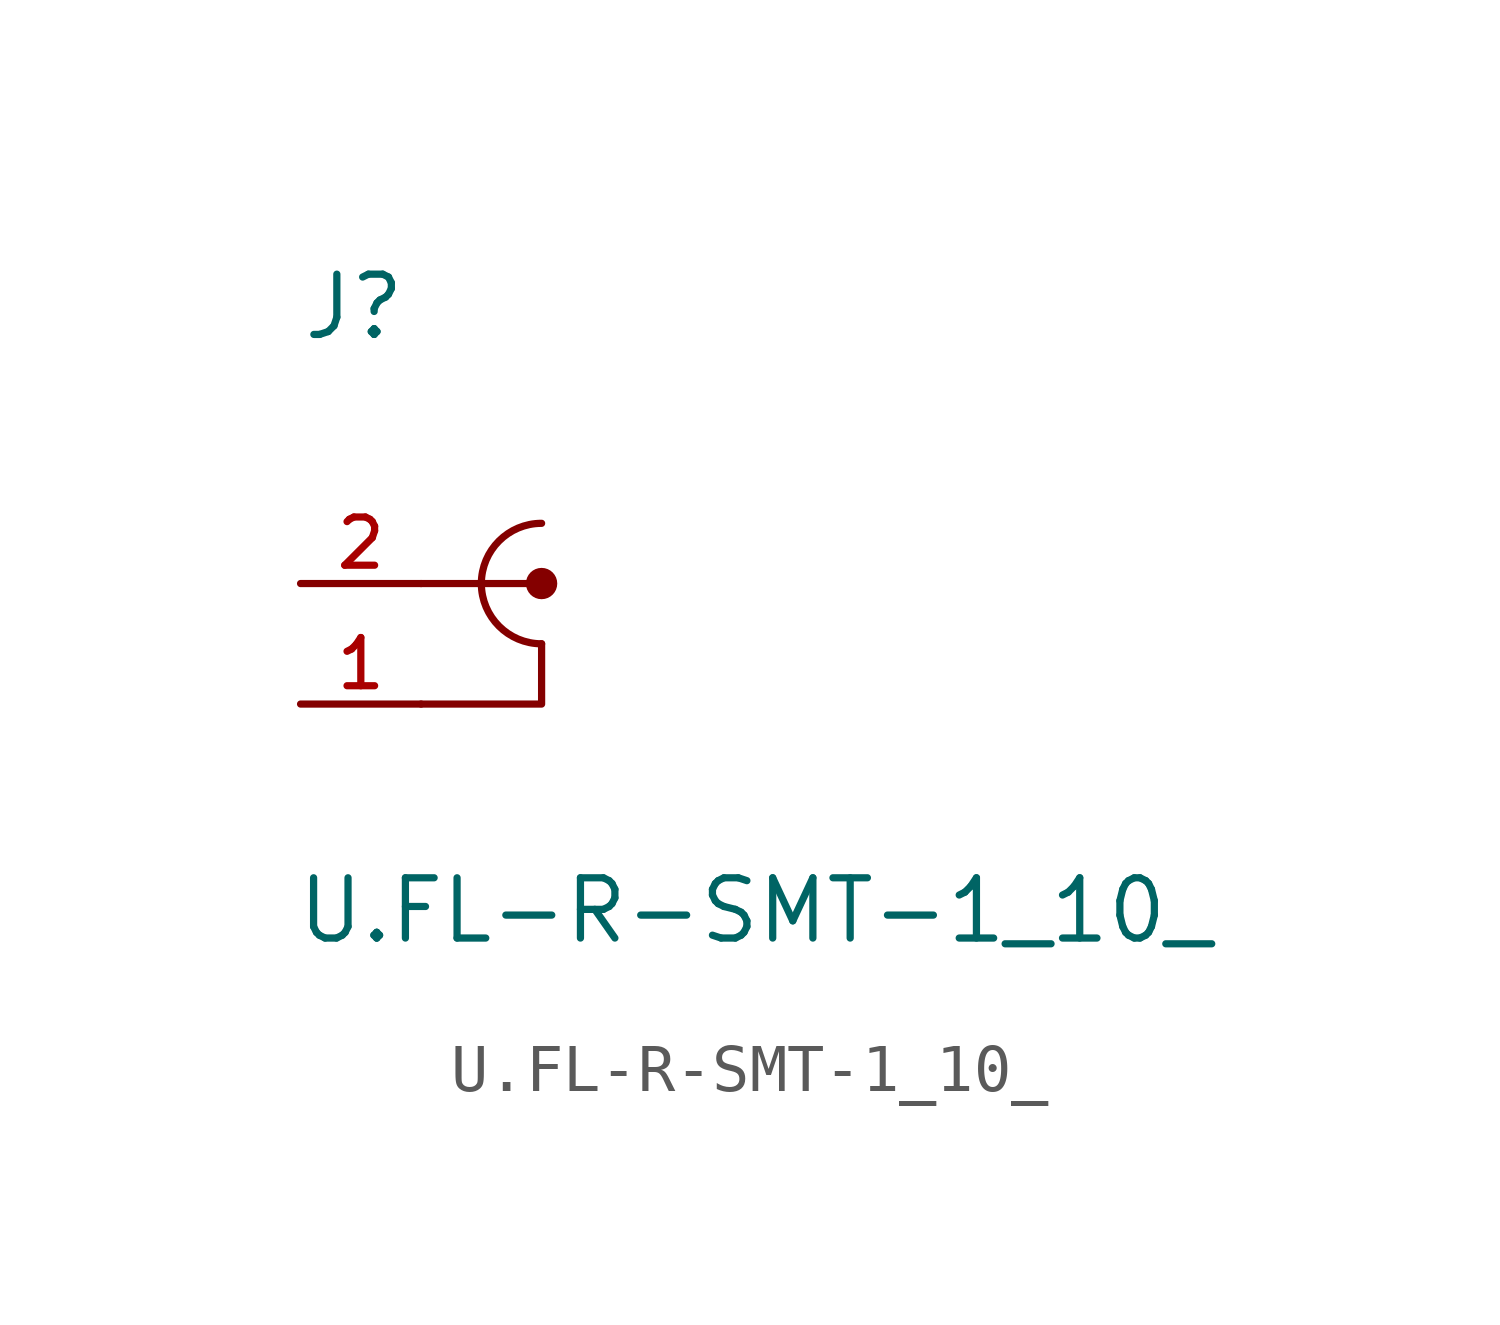
<source format=kicad_sym>
(kicad_symbol_lib
  (version 20231120)
  (generator "kicad_symbol_editor")
  (generator_version "8.0")
  (symbol "U.FL-R-SMT-1_10_"
    (pin_names
      (offset 1.016))
    (property "Reference" "J"
      (at -2.541 5.087 0)
      (effects (font (size 1.27 1.27)) (justify left bottom)))
    (property "Value" "U.FL-R-SMT-1_10_"
      (at -2.668 -7.635 0)
      (effects (font (size 1.27 1.27)) (justify left bottom)))
    (symbol "U.FL-R-SMT-1_10__0_0"
      (pin passive line (at -2.54 -2.54 0) (length 2.54) (name "~" (effects (font (size 1.016 1.016)))) (number "1" (effects (font (size 1.016 1.016))))))
    (symbol "U.FL-R-SMT-1_10__0_1"
      (polyline (pts (xy 0 0) (xy 2.54 0)) (stroke (width 0) (type default)) (fill (type none))))
    (symbol "U.FL-R-SMT-1_10__1_0"
      (pin passive line (at -2.54 0 0) (length 2.54) (name "~" (effects (font (size 1.016 1.016)))) (number "2" (effects (font (size 1.016 1.016)))))
      (pin passive line (at -2.54 -2.54 0) (length 2.54) hide (name "~" (effects (font (size 1.016 1.016)))) (number "3" (effects (font (size 1.016 1.016))))))
    (symbol "U.FL-R-SMT-1_10__1_1"
      (polyline (pts (xy 0 -2.54) (xy 2.54 -2.54) (xy 2.54 -1.27)) (stroke (width 0) (type default)) (fill (type none)))
      (circle (center 2.54 0) (radius 0.254) (stroke (width 0) (type default)) (fill (type outline)))
      (arc (start 2.54 1.27) (mid 1.27 0) (end 2.54 -1.27) (stroke (width 0) (type default)) (fill (type none))))))
</source>
